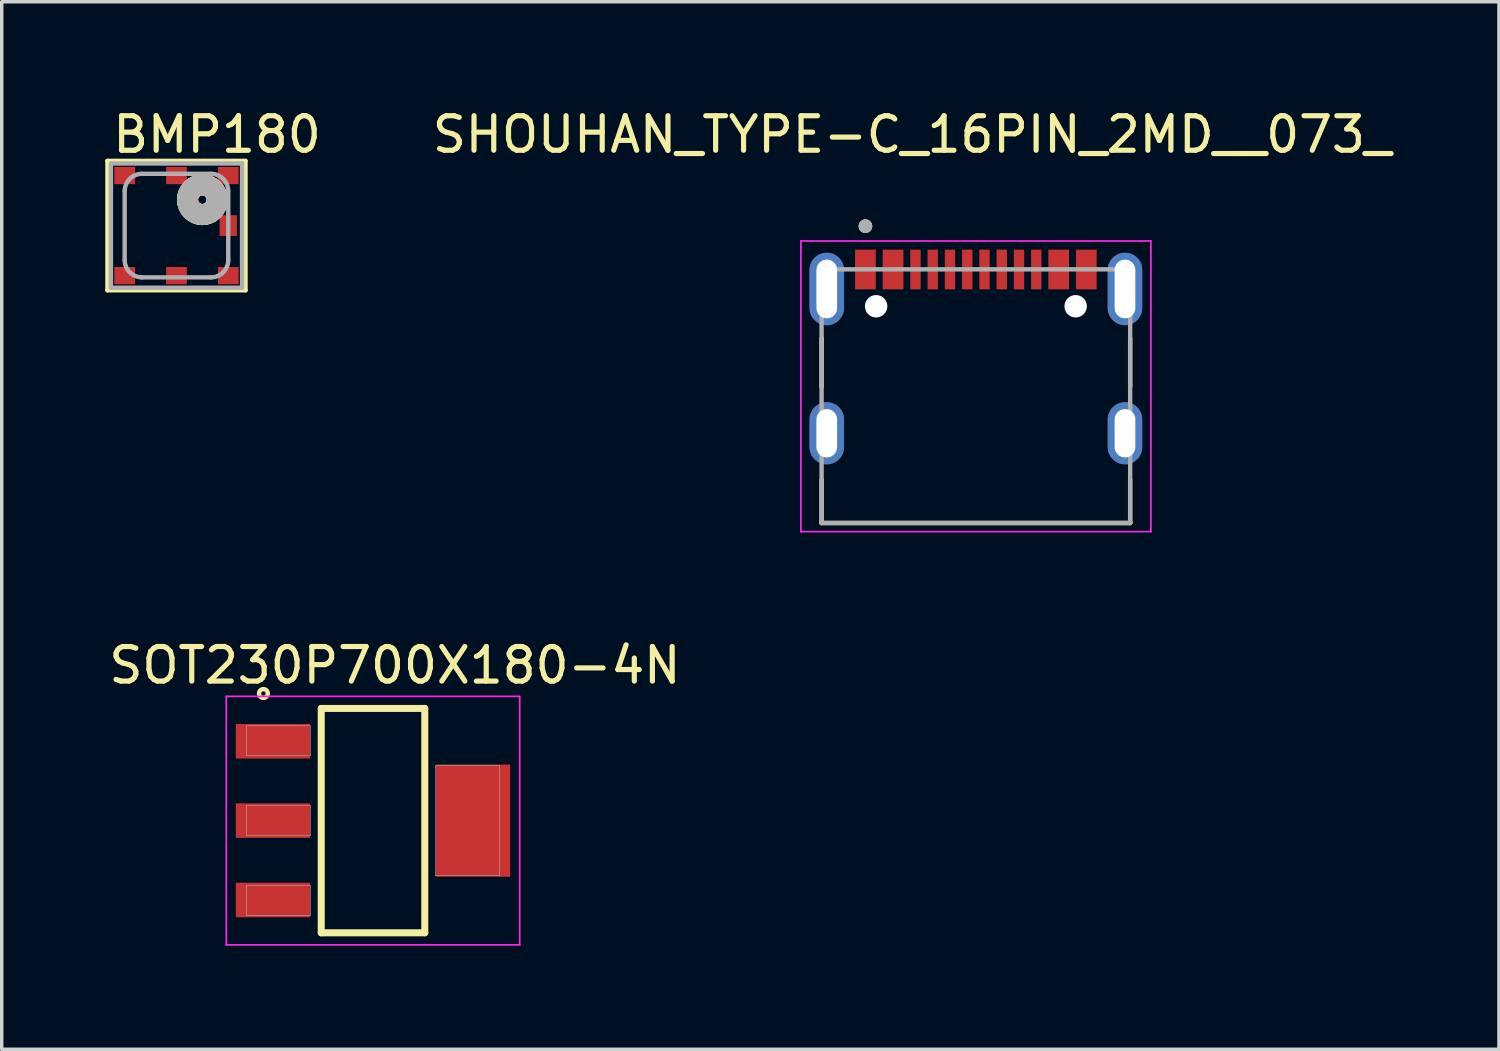
<source format=kicad_pcb>
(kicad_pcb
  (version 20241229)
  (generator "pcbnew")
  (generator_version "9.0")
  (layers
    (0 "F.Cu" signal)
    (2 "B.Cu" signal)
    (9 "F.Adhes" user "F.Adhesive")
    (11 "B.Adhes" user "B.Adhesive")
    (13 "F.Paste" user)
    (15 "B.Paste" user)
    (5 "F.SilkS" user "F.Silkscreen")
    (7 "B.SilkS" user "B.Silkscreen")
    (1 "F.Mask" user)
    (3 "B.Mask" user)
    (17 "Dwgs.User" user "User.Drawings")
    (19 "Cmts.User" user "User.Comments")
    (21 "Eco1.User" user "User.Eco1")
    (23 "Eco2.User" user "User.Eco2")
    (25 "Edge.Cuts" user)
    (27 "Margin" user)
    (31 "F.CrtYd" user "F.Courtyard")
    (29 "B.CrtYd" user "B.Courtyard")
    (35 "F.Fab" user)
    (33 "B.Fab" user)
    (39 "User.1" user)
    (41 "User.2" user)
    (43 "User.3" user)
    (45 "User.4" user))
  (footprint "BMP180"
    (layer "F.Cu")
    (at 2.063 3.486)
    (property "Reference" "BMP180" (at 1.176 -2.638 0) (layer "F.SilkS") (effects (font (size 1.001 1.001) (thickness 0.15))))
    (attr smd)
    (fp_line (start -2 -1.875) (end -2 1.875) (stroke (width 0.127) (type solid)) (layer "F.SilkS"))
    (fp_line (start -2 1.875) (end 2 1.875) (stroke (width 0.127) (type solid)) (layer "F.SilkS"))
    (fp_line (start 2 -1.875) (end -2 -1.875) (stroke (width 0.127) (type solid)) (layer "F.SilkS"))
    (fp_line (start 2 1.875) (end 2 -1.875) (stroke (width 0.127) (type solid)) (layer "F.SilkS"))
    (fp_circle (center 0.75 -0.75) (end 0.875 -0.75) (stroke (width 0.61) (type solid)) (fill no) (layer "F.SilkS"))
    (fp_circle (center 0.75 -0.75) (end 0.875 -0.75) (stroke (width 0.61) (type solid)) (fill no) (layer "F.SilkS"))
    (fp_line (start -1.9 -1.8) (end -1.9 1.8) (stroke (width 0.127) (type solid)) (layer "F.Fab"))
    (fp_line (start -1.9 1.8) (end 1.9 1.8) (stroke (width 0.127) (type solid)) (layer "F.Fab"))
    (fp_line (start -1.5 -1) (end -1.5 1) (stroke (width 0.127) (type solid)) (layer "F.Fab"))
    (fp_line (start -1 1.5) (end 1 1.5) (stroke (width 0.127) (type solid)) (layer "F.Fab"))
    (fp_line (start 1 -1.5) (end -1 -1.5) (stroke (width 0.127) (type solid)) (layer "F.Fab"))
    (fp_line (start 1.5 1) (end 1.5 -1) (stroke (width 0.127) (type solid)) (layer "F.Fab"))
    (fp_line (start 1.9 -1.8) (end -1.9 -1.8) (stroke (width 0.127) (type solid)) (layer "F.Fab"))
    (fp_line (start 1.9 1.8) (end 1.9 -1.8) (stroke (width 0.127) (type solid)) (layer "F.Fab"))
    (fp_arc (start -1.5 -1) (mid -1.353553 -1.353553) (end -1 -1.5) (stroke (width 0.127) (type solid)) (layer "F.Fab"))
    (fp_arc (start -1 1.5) (mid -1.353553 1.353553) (end -1.5 1) (stroke (width 0.127) (type solid)) (layer "F.Fab"))
    (fp_arc (start 1 -1.5) (mid 1.353553 -1.353553) (end 1.5 -1) (stroke (width 0.127) (type solid)) (layer "F.Fab"))
    (fp_arc (start 1.5 1) (mid 1.353553 1.353553) (end 1 1.5) (stroke (width 0.127) (type solid)) (layer "F.Fab"))
    (fp_circle (center 0.75 -0.75) (end 0.875 -0.75) (stroke (width 0.61) (type solid)) (fill no) (layer "F.Fab"))
    (pad "1" smd rect (at 1.5 -1.45) (size 0.6 0.5) (layers "F.Cu" "F.Mask" "F.Paste"))
    (pad "2" smd rect (at 0 -1.45) (size 0.6 0.5) (layers "F.Cu" "F.Mask" "F.Paste"))
    (pad "3" smd rect (at -1.5 -1.45) (size 0.6 0.5) (layers "F.Cu" "F.Mask" "F.Paste"))
    (pad "4" smd rect (at -1.5 1.45) (size 0.6 0.5) (layers "F.Cu" "F.Mask" "F.Paste"))
    (pad "5" smd rect (at 0 1.45) (size 0.6 0.5) (layers "F.Cu" "F.Mask" "F.Paste"))
    (pad "6" smd rect (at 1.5 1.45) (size 0.6 0.5) (layers "F.Cu" "F.Mask" "F.Paste"))
    (pad "7" smd rect (at 1.5 0) (size 0.5 0.6) (layers "F.Cu" "F.Mask" "F.Paste")))
  (footprint "SOT230P700X180-4N"
    (layer "F.Cu")
    (at 7.757 20.726)
    (property "Reference" "SOT230P700X180-4N" (at 0.635 -4.499 0) (layer "F.SilkS") (effects (font (size 1.001 1.001) (thickness 0.15))))
    (attr smd)
    (fp_line (start -1.5 -3.25) (end 1.5 -3.25) (stroke (width 0.203) (type solid)) (layer "F.SilkS"))
    (fp_line (start -1.5 3.25) (end -1.5 -3.25) (stroke (width 0.203) (type solid)) (layer "F.SilkS"))
    (fp_line (start 1.5 -3.25) (end 1.5 3.25) (stroke (width 0.203) (type solid)) (layer "F.SilkS"))
    (fp_line (start 1.5 3.25) (end -1.5 3.25) (stroke (width 0.203) (type solid)) (layer "F.SilkS"))
    (fp_circle (center -3.175 -3.683) (end -3.048 -3.683) (stroke (width 0.127) (type solid)) (fill no) (layer "F.SilkS"))
    (fp_line (start -4.25 -3.6) (end 4.25 -3.6) (stroke (width 0.05) (type solid)) (layer "F.CrtYd"))
    (fp_line (start -4.25 3.6) (end -4.25 -3.6) (stroke (width 0.05) (type solid)) (layer "F.CrtYd"))
    (fp_line (start 4.25 -3.6) (end 4.25 3.6) (stroke (width 0.05) (type solid)) (layer "F.CrtYd"))
    (fp_line (start 4.25 3.6) (end -4.25 3.6) (stroke (width 0.05) (type solid)) (layer "F.CrtYd"))
    (fp_poly (pts (xy -1.807 -2.746) (xy -1.807 -1.878) (xy -3.659 -1.878) (xy -3.659 -2.746)) (stroke (width 0.01) (type solid)) (fill no) (layer "F.Fab"))
    (fp_poly (pts (xy -1.805 -2.745) (xy -1.805 -1.879) (xy -3.658 -1.879) (xy -3.658 -2.745)) (stroke (width 0.01) (type solid)) (fill no) (layer "F.Fab"))
    (fp_poly (pts (xy -1.805 -0.434) (xy -1.805 0.435) (xy -3.661 0.435) (xy -3.661 -0.434)) (stroke (width 0.01) (type solid)) (fill no) (layer "F.Fab"))
    (fp_poly (pts (xy -1.804 -0.433) (xy -1.804 0.433) (xy -3.659 0.433) (xy -3.659 -0.433)) (stroke (width 0.01) (type solid)) (fill no) (layer "F.Fab"))
    (fp_poly (pts (xy -1.803 1.88) (xy -1.803 2.744) (xy -3.658 2.744) (xy -3.658 1.88)) (stroke (width 0.01) (type solid)) (fill no) (layer "F.Fab"))
    (fp_poly (pts (xy -1.803 1.88) (xy -1.803 2.746) (xy -3.66 2.746) (xy -3.66 1.88)) (stroke (width 0.01) (type solid)) (fill no) (layer "F.Fab"))
    (fp_poly (pts (xy 3.659 -1.599) (xy 3.659 1.6) (xy 1.804 1.6) (xy 1.804 -1.599)) (stroke (width 0.01) (type solid)) (fill no) (layer "F.Fab"))
    (fp_poly (pts (xy 3.66 -1.598) (xy 3.66 1.6) (xy 1.804 1.6) (xy 1.804 -1.598)) (stroke (width 0.01) (type solid)) (fill no) (layer "F.Fab"))
    (pad "1" smd rect (at -2.9 -2.3) (size 2.15 1) (layers "F.Cu" "F.Mask" "F.Paste"))
    (pad "2" smd rect (at -2.9 0) (size 2.15 1) (layers "F.Cu" "F.Mask" "F.Paste"))
    (pad "3" smd rect (at -2.9 2.3) (size 2.15 1) (layers "F.Cu" "F.Mask" "F.Paste"))
    (pad "4" smd rect (at 2.9 0) (size 2.15 3.25) (layers "F.Cu" "F.Mask" "F.Paste")))
  (footprint "SHOUHAN_TYPE-C_16PIN_2MD__073_"
    (layer "F.Cu")
    (at 25.224 8.428)
    (property "Reference" "SHOUHAN_TYPE-C_16PIN_2MD__073_" (at -1.85 -7.58 0) (layer "F.SilkS") (effects (font (size 1 1) (thickness 0.15))))
    (attr smd)
    (fp_poly (pts (xy -3.55 -4.295) (xy -2.85 -4.295) (xy -2.85 -3.055) (xy -3.55 -3.055)) (stroke (width 0.01) (type solid)) (fill yes) (layer "F.Mask"))
    (fp_poly (pts (xy -2.75 -4.295) (xy -2.05 -4.295) (xy -2.05 -3.055) (xy -2.75 -3.055)) (stroke (width 0.01) (type solid)) (fill yes) (layer "F.Mask"))
    (fp_poly (pts (xy -1.95 -4.295) (xy -1.55 -4.295) (xy -1.55 -3.055) (xy -1.95 -3.055)) (stroke (width 0.01) (type solid)) (fill yes) (layer "F.Mask"))
    (fp_poly (pts (xy -1.45 -4.295) (xy -1.05 -4.295) (xy -1.05 -3.055) (xy -1.45 -3.055)) (stroke (width 0.01) (type solid)) (fill yes) (layer "F.Mask"))
    (fp_poly (pts (xy -0.95 -4.295) (xy -0.55 -4.295) (xy -0.55 -3.055) (xy -0.95 -3.055)) (stroke (width 0.01) (type solid)) (fill yes) (layer "F.Mask"))
    (fp_poly (pts (xy -0.45 -4.295) (xy -0.05 -4.295) (xy -0.05 -3.055) (xy -0.45 -3.055)) (stroke (width 0.01) (type solid)) (fill yes) (layer "F.Mask"))
    (fp_poly (pts (xy 0.05 -4.295) (xy 0.45 -4.295) (xy 0.45 -3.055) (xy 0.05 -3.055)) (stroke (width 0.01) (type solid)) (fill yes) (layer "F.Mask"))
    (fp_poly (pts (xy 0.55 -4.295) (xy 0.95 -4.295) (xy 0.95 -3.055) (xy 0.55 -3.055)) (stroke (width 0.01) (type solid)) (fill yes) (layer "F.Mask"))
    (fp_poly (pts (xy 1.05 -4.295) (xy 1.45 -4.295) (xy 1.45 -3.055) (xy 1.05 -3.055)) (stroke (width 0.01) (type solid)) (fill yes) (layer "F.Mask"))
    (fp_poly (pts (xy 1.55 -4.295) (xy 1.95 -4.295) (xy 1.95 -3.055) (xy 1.55 -3.055)) (stroke (width 0.01) (type solid)) (fill yes) (layer "F.Mask"))
    (fp_poly (pts (xy 2.05 -4.295) (xy 2.75 -4.295) (xy 2.75 -3.055) (xy 2.05 -3.055)) (stroke (width 0.01) (type solid)) (fill yes) (layer "F.Mask"))
    (fp_poly (pts (xy 2.85 -4.295) (xy 3.55 -4.295) (xy 3.55 -3.055) (xy 2.85 -3.055)) (stroke (width 0.01) (type solid)) (fill yes) (layer "F.Mask"))
    (fp_line (start -4.47 -1.675) (end -4.47 -0.275) (stroke (width 0.127) (type solid)) (layer "F.SilkS"))
    (fp_line (start -4.47 3.675) (end -4.47 2.425) (stroke (width 0.127) (type solid)) (layer "F.SilkS"))
    (fp_line (start -4.47 3.675) (end 4.47 3.675) (stroke (width 0.127) (type solid)) (layer "F.SilkS"))
    (fp_line (start 4.47 -1.675) (end 4.47 -0.275) (stroke (width 0.127) (type solid)) (layer "F.SilkS"))
    (fp_line (start 4.47 3.675) (end 4.47 2.425) (stroke (width 0.127) (type solid)) (layer "F.SilkS"))
    (fp_circle (center -3.2 -4.925) (end -3.1 -4.925) (stroke (width 0.2) (type solid)) (fill no) (layer "F.SilkS"))
    (fp_line (start -5.07 -4.495) (end -5.07 3.925) (stroke (width 0.05) (type solid)) (layer "F.CrtYd"))
    (fp_line (start -5.07 3.925) (end 5.07 3.925) (stroke (width 0.05) (type solid)) (layer "F.CrtYd"))
    (fp_line (start 5.07 -4.495) (end -5.07 -4.495) (stroke (width 0.05) (type solid)) (layer "F.CrtYd"))
    (fp_line (start 5.07 3.925) (end 5.07 -4.495) (stroke (width 0.05) (type solid)) (layer "F.CrtYd"))
    (fp_line (start -4.47 -3.675) (end -4.47 3.675) (stroke (width 0.127) (type solid)) (layer "F.Fab"))
    (fp_line (start -4.47 3.675) (end 4.47 3.675) (stroke (width 0.127) (type solid)) (layer "F.Fab"))
    (fp_line (start 4.47 -3.675) (end -4.47 -3.675) (stroke (width 0.127) (type solid)) (layer "F.Fab"))
    (fp_line (start 4.47 3.675) (end 4.47 -3.675) (stroke (width 0.127) (type solid)) (layer "F.Fab"))
    (fp_circle (center -3.2 -4.925) (end -3.1 -4.925) (stroke (width 0.2) (type solid)) (fill no) (layer "F.Fab"))
    (pad "" np_thru_hole circle (at -2.89 -2.605) (size 0.65 0.65) (drill 0.65) (layers "*.Cu" "*.Mask"))
    (pad "" np_thru_hole circle (at 2.89 -2.605) (size 0.65 0.65) (drill 0.65) (layers "*.Cu" "*.Mask"))
    (pad "A1_B12" smd rect (at -3.2 -3.67) (size 0.6 1.15) (layers "F.Cu" "F.Paste"))
    (pad "A4_B9" smd rect (at -2.4 -3.67) (size 0.6 1.15) (layers "F.Cu" "F.Paste"))
    (pad "A5" smd rect (at -1.25 -3.67) (size 0.3 1.15) (layers "F.Cu" "F.Paste"))
    (pad "A6" smd rect (at -0.25 -3.67) (size 0.3 1.15) (layers "F.Cu" "F.Paste"))
    (pad "A7" smd rect (at 0.25 -3.67) (size 0.3 1.15) (layers "F.Cu" "F.Paste"))
    (pad "A8" smd rect (at 1.25 -3.67) (size 0.3 1.15) (layers "F.Cu" "F.Paste"))
    (pad "B1_A12" smd rect (at 3.2 -3.67) (size 0.6 1.15) (layers "F.Cu" "F.Paste"))
    (pad "B4_A9" smd rect (at 2.4 -3.67) (size 0.6 1.15) (layers "F.Cu" "F.Paste"))
    (pad "B5" smd rect (at 1.75 -3.67) (size 0.3 1.15) (layers "F.Cu" "F.Paste"))
    (pad "B6" smd rect (at 0.75 -3.67) (size 0.3 1.15) (layers "F.Cu" "F.Paste"))
    (pad "B7" smd rect (at -0.75 -3.67) (size 0.3 1.15) (layers "F.Cu" "F.Paste"))
    (pad "B8" smd rect (at -1.75 -3.67) (size 0.3 1.15) (layers "F.Cu" "F.Paste"))
    (pad "SH1" thru_hole oval (at -4.32 1.075) (size 1 1.8) (drill oval 0.6 1.4) (layers "*.Cu" "*.Mask"))
    (pad "SH2" thru_hole oval (at 4.32 1.075) (size 1 1.8) (drill oval 0.6 1.4) (layers "*.Cu" "*.Mask"))
    (pad "SH3" thru_hole oval (at -4.32 -3.105) (size 1 2.1) (drill oval 0.6 1.7) (layers "*.Cu" "*.Mask"))
    (pad "SH4" thru_hole oval (at 4.32 -3.105) (size 1 2.1) (drill oval 0.6 1.7) (layers "*.Cu" "*.Mask")))
  (gr_rect
    (start -3 -3)
    (end 40.379 27.351)
    (stroke (width 0.1) (type default))
    (fill no)
    (layer "Edge.Cuts")))
</source>
